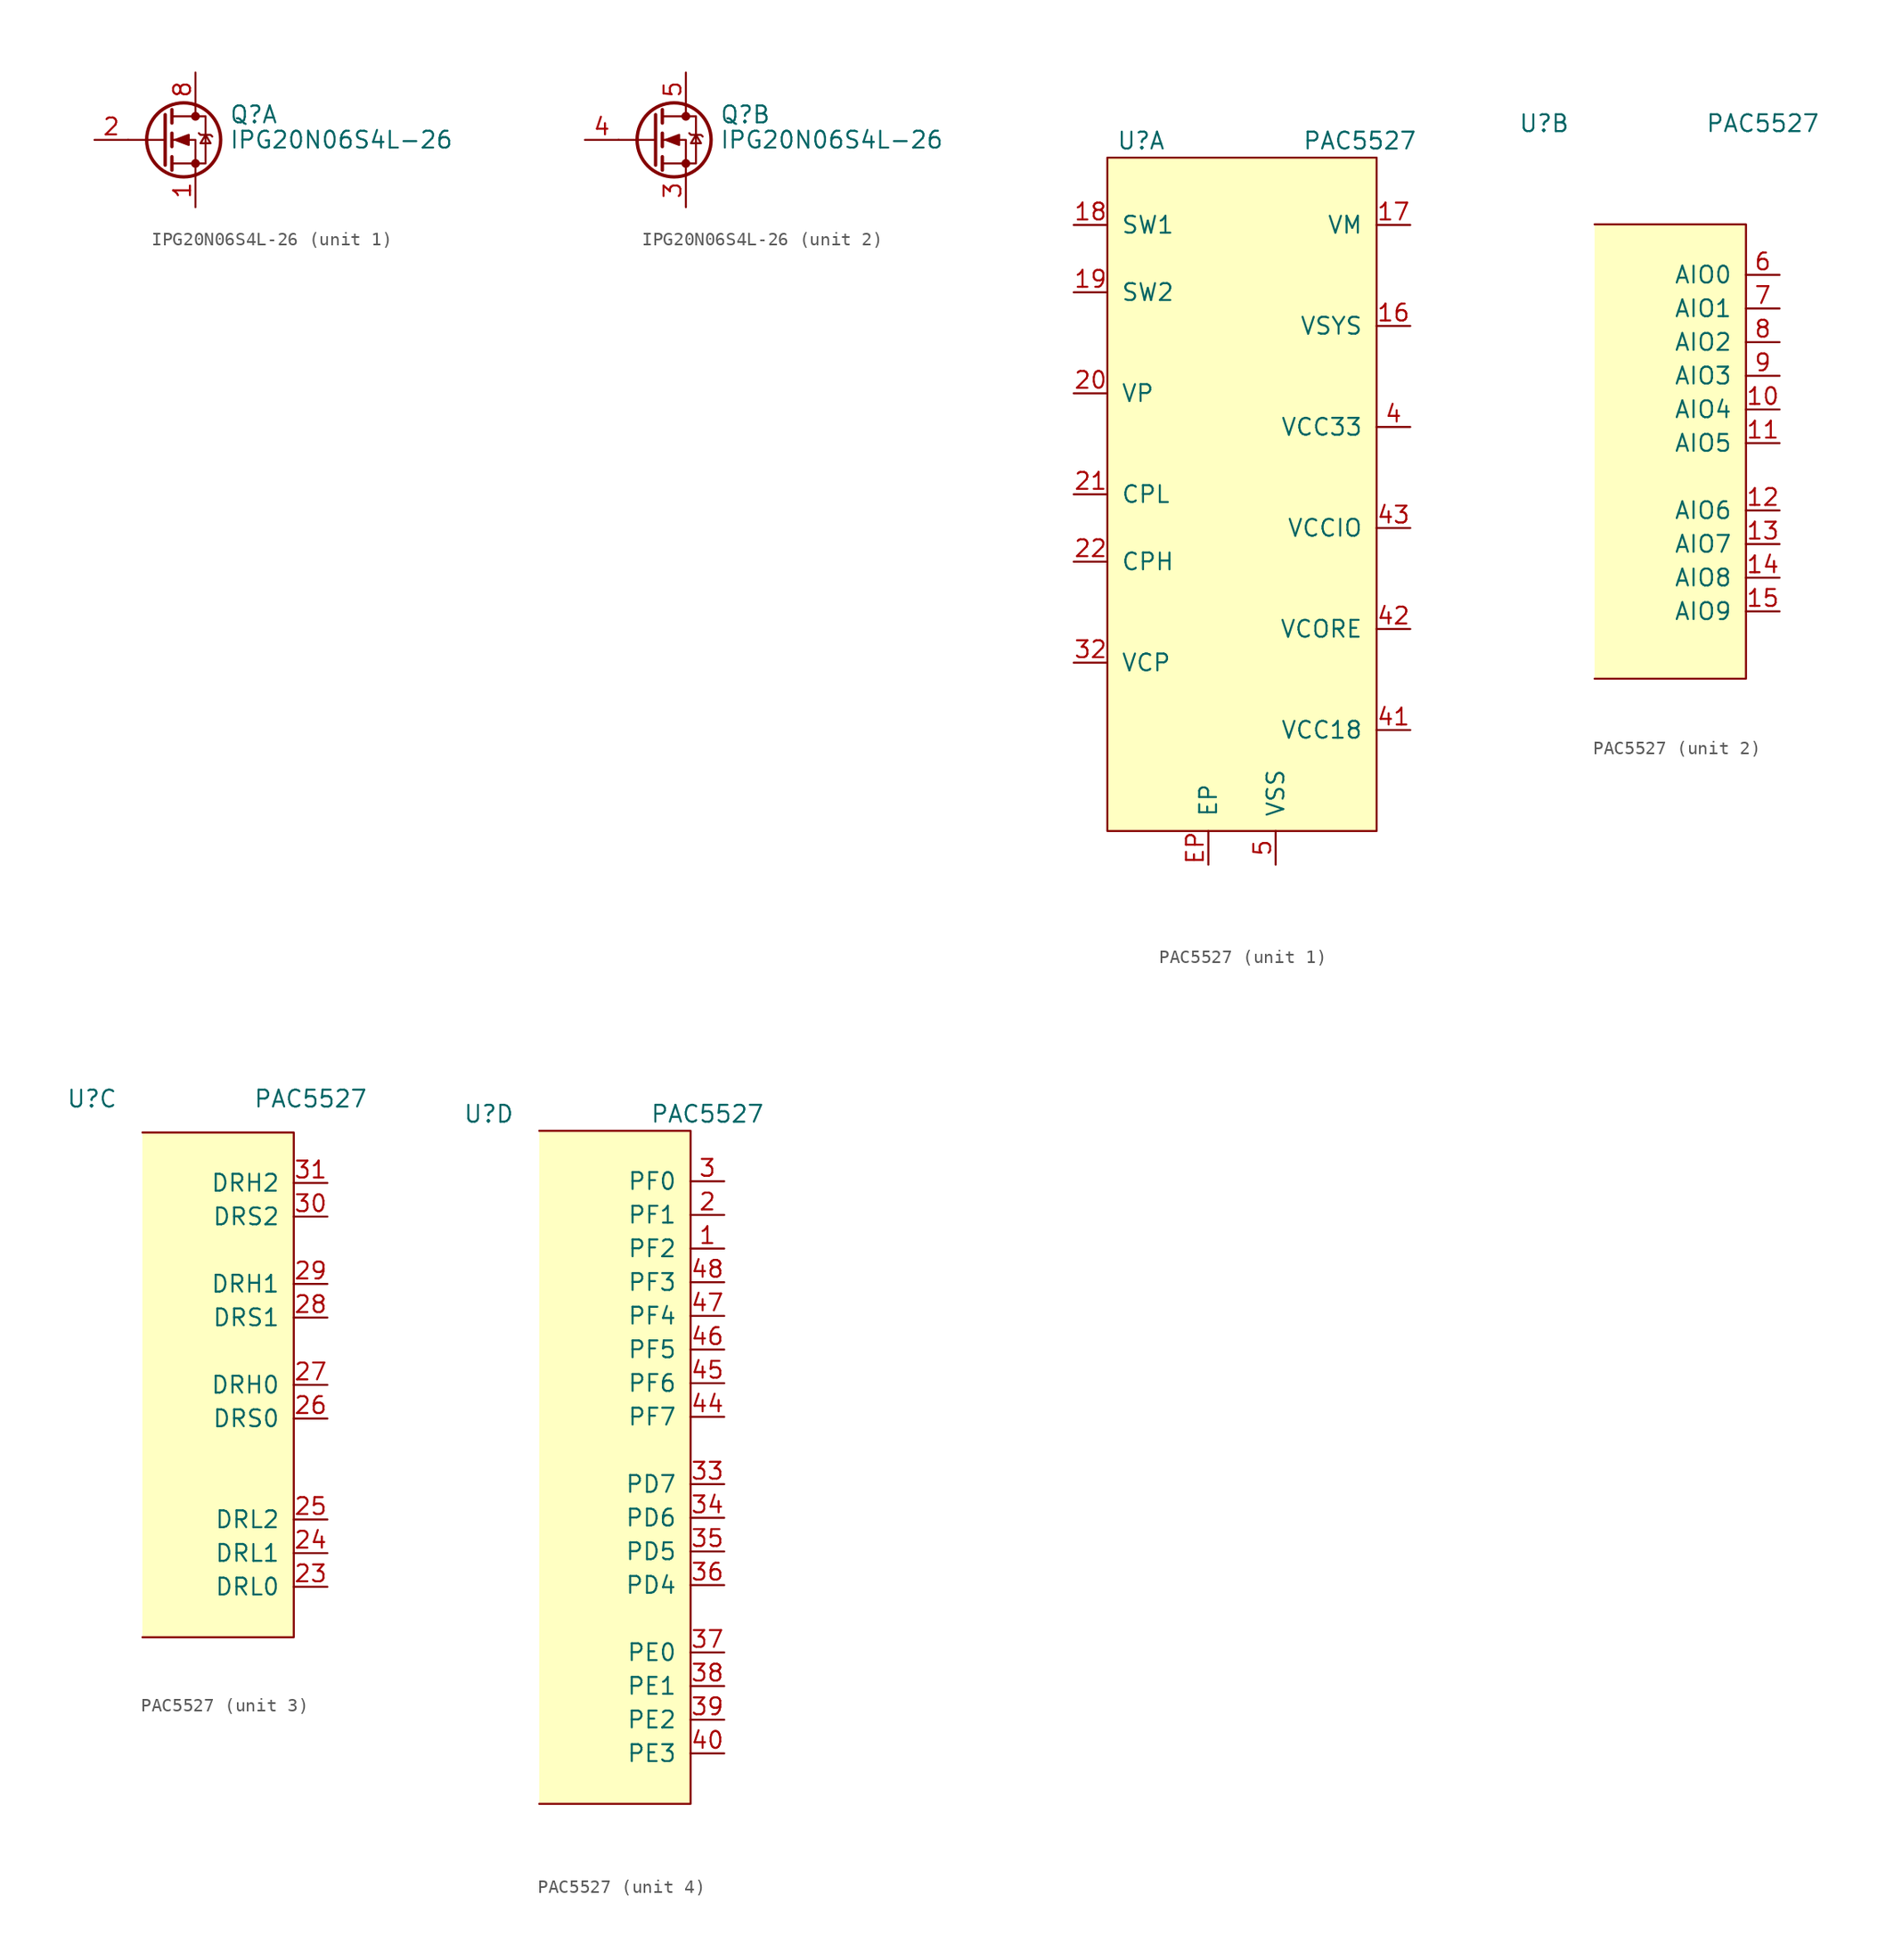
<source format=kicad_sym>
(kicad_symbol_lib
  (version 20211014)
  (generator kicad_symbol_editor)
  (symbol "IPG20N06S4L-26"
    (pin_names hide)
    (property "Reference" "Q"
      (at 5.08 1.905 0)
      (effects (font (size 1.27 1.27)) (justify left)))
    (property "Value" "IPG20N06S4L-26"
      (at 5.08 0 0)
      (effects (font (size 1.27 1.27)) (justify left)))
    (symbol "IPG20N06S4L-26_0_1"
      (polyline (pts (xy 0.254 0) (xy -2.54 0)) (stroke (width 0) (type default) (color 0 0 0 0)) (fill (type none)))
      (polyline (pts (xy 0.254 1.905) (xy 0.254 -1.905)) (stroke (width 0.254) (type default) (color 0 0 0 0)) (fill (type none)))
      (polyline (pts (xy 0.762 -1.27) (xy 0.762 -2.286)) (stroke (width 0.254) (type default) (color 0 0 0 0)) (fill (type none)))
      (polyline (pts (xy 0.762 0.508) (xy 0.762 -0.508)) (stroke (width 0.254) (type default) (color 0 0 0 0)) (fill (type none)))
      (polyline (pts (xy 0.762 2.286) (xy 0.762 1.27)) (stroke (width 0.254) (type default) (color 0 0 0 0)) (fill (type none)))
      (polyline (pts (xy 2.54 2.54) (xy 2.54 1.778)) (stroke (width 0) (type default) (color 0 0 0 0)) (fill (type none)))
      (polyline (pts (xy 2.54 -2.54) (xy 2.54 0) (xy 0.762 0)) (stroke (width 0) (type default) (color 0 0 0 0)) (fill (type none)))
      (polyline (pts (xy 0.762 -1.778) (xy 3.302 -1.778) (xy 3.302 1.778) (xy 0.762 1.778)) (stroke (width 0) (type default) (color 0 0 0 0)) (fill (type none)))
      (polyline (pts (xy 1.016 0) (xy 2.032 0.381) (xy 2.032 -0.381) (xy 1.016 0)) (stroke (width 0) (type default) (color 0 0 0 0)) (fill (type outline)))
      (polyline (pts (xy 2.794 0.508) (xy 2.921 0.381) (xy 3.683 0.381) (xy 3.81 0.254)) (stroke (width 0) (type default) (color 0 0 0 0)) (fill (type none)))
      (polyline (pts (xy 3.302 0.381) (xy 2.921 -0.254) (xy 3.683 -0.254) (xy 3.302 0.381)) (stroke (width 0) (type default) (color 0 0 0 0)) (fill (type none)))
      (circle (center 1.651 0) (radius 2.794) (stroke (width 0.254) (type default) (color 0 0 0 0)) (fill (type none)))
      (circle (center 2.54 -1.778) (radius 0.254) (stroke (width 0) (type default) (color 0 0 0 0)) (fill (type outline)))
      (circle (center 2.54 1.778) (radius 0.254) (stroke (width 0) (type default) (color 0 0 0 0)) (fill (type outline))))
    (symbol "IPG20N06S4L-26_1_1"
      (pin passive line (at 2.54 -5.08 90) (length 2.54) (name "S1" (effects (font (size 1.27 1.27)))) (number "1" (effects (font (size 1.27 1.27)))))
      (pin passive line (at -5.08 0 0) (length 2.54) (name "G1" (effects (font (size 1.27 1.27)))) (number "2" (effects (font (size 1.27 1.27)))))
      (pin passive line (at 2.54 5.08 270) (length 2.54) hide (name "D1" (effects (font (size 1.27 1.27)))) (number "7" (effects (font (size 1.27 1.27)))))
      (pin passive line (at 2.54 5.08 270) (length 2.54) (name "D1" (effects (font (size 1.27 1.27)))) (number "8" (effects (font (size 1.27 1.27))))))
    (symbol "IPG20N06S4L-26_2_1"
      (pin passive line (at 2.54 -5.08 90) (length 2.54) (name "S2" (effects (font (size 1.27 1.27)))) (number "3" (effects (font (size 1.27 1.27)))))
      (pin passive line (at -5.08 0 0) (length 2.54) (name "G2" (effects (font (size 1.27 1.27)))) (number "4" (effects (font (size 1.27 1.27)))))
      (pin passive line (at 2.54 5.08 270) (length 2.54) (name "D2" (effects (font (size 1.27 1.27)))) (number "5" (effects (font (size 1.27 1.27)))))
      (pin passive line (at 2.54 5.08 270) (length 2.54) hide (name "D2" (effects (font (size 1.27 1.27)))) (number "6" (effects (font (size 1.27 1.27)))))))
  (symbol "PAC5527"
    (pin_names
      (offset 1.016))
    (property "Reference" "U"
      (at -7.62 26.67 0)
      (effects (font (size 1.27 1.27))))
    (property "Value" "PAC5527"
      (at 8.89 26.67 0)
      (effects (font (size 1.27 1.27))))
    (property "ki_locked" ""
      (at 0 0 0)
      (effects (font (size 1.27 1.27))))
    (symbol "PAC5527_1_1"
      (rectangle (start -10.16 25.4) (end 10.16 -25.4) (stroke (width 0) (type default) (color 0 0 0 0)) (fill (type background)))
      (pin passive line (at 12.7 12.7 180) (length 2.54) (name "VSYS" (effects (font (size 1.27 1.27)))) (number "16" (effects (font (size 1.27 1.27)))))
      (pin passive line (at 12.7 20.32 180) (length 2.54) (name "VM" (effects (font (size 1.27 1.27)))) (number "17" (effects (font (size 1.27 1.27)))))
      (pin input line (at -12.7 20.32 0) (length 2.54) (name "SW1" (effects (font (size 1.27 1.27)))) (number "18" (effects (font (size 1.27 1.27)))))
      (pin input line (at -12.7 15.24 0) (length 2.54) (name "SW2" (effects (font (size 1.27 1.27)))) (number "19" (effects (font (size 1.27 1.27)))))
      (pin input line (at -12.7 7.62 0) (length 2.54) (name "VP" (effects (font (size 1.27 1.27)))) (number "20" (effects (font (size 1.27 1.27)))))
      (pin input line (at -12.7 0 0) (length 2.54) (name "CPL" (effects (font (size 1.27 1.27)))) (number "21" (effects (font (size 1.27 1.27)))))
      (pin input line (at -12.7 -5.08 0) (length 2.54) (name "CPH" (effects (font (size 1.27 1.27)))) (number "22" (effects (font (size 1.27 1.27)))))
      (pin input line (at -12.7 -12.7 0) (length 2.54) (name "VCP" (effects (font (size 1.27 1.27)))) (number "32" (effects (font (size 1.27 1.27)))))
      (pin passive line (at 12.7 5.08 180) (length 2.54) (name "VCC33" (effects (font (size 1.27 1.27)))) (number "4" (effects (font (size 1.27 1.27)))))
      (pin passive line (at 12.7 -17.78 180) (length 2.54) (name "VCC18" (effects (font (size 1.27 1.27)))) (number "41" (effects (font (size 1.27 1.27)))))
      (pin passive line (at 12.7 -10.16 180) (length 2.54) (name "VCORE" (effects (font (size 1.27 1.27)))) (number "42" (effects (font (size 1.27 1.27)))))
      (pin passive line (at 12.7 -2.54 180) (length 2.54) (name "VCCIO" (effects (font (size 1.27 1.27)))) (number "43" (effects (font (size 1.27 1.27)))))
      (pin passive line (at 2.54 -27.94 90) (length 2.54) (name "VSS" (effects (font (size 1.27 1.27)))) (number "5" (effects (font (size 1.27 1.27)))))
      (pin passive line (at -2.54 -27.94 90) (length 2.54) (name "EP" (effects (font (size 1.27 1.27)))) (number "EP" (effects (font (size 1.27 1.27))))))
    (symbol "PAC5527_2_1"
      (polyline (pts (xy -3.81 19.05) (xy 7.62 19.05) (xy 7.62 -15.24) (xy -3.81 -15.24)) (stroke (width 0) (type default) (color 0 0 0 0)) (fill (type background)))
      (pin passive line (at 10.16 5.08 180) (length 2.54) (name "AIO4" (effects (font (size 1.27 1.27)))) (number "10" (effects (font (size 1.27 1.27)))))
      (pin passive line (at 10.16 2.54 180) (length 2.54) (name "AIO5" (effects (font (size 1.27 1.27)))) (number "11" (effects (font (size 1.27 1.27)))))
      (pin passive line (at 10.16 -2.54 180) (length 2.54) (name "AIO6" (effects (font (size 1.27 1.27)))) (number "12" (effects (font (size 1.27 1.27)))))
      (pin passive line (at 10.16 -5.08 180) (length 2.54) (name "AIO7" (effects (font (size 1.27 1.27)))) (number "13" (effects (font (size 1.27 1.27)))))
      (pin passive line (at 10.16 -7.62 180) (length 2.54) (name "AIO8" (effects (font (size 1.27 1.27)))) (number "14" (effects (font (size 1.27 1.27)))))
      (pin passive line (at 10.16 -10.16 180) (length 2.54) (name "AIO9" (effects (font (size 1.27 1.27)))) (number "15" (effects (font (size 1.27 1.27)))))
      (pin passive line (at 10.16 15.24 180) (length 2.54) (name "AIO0" (effects (font (size 1.27 1.27)))) (number "6" (effects (font (size 1.27 1.27)))))
      (pin passive line (at 10.16 12.7 180) (length 2.54) (name "AIO1" (effects (font (size 1.27 1.27)))) (number "7" (effects (font (size 1.27 1.27)))))
      (pin passive line (at 10.16 10.16 180) (length 2.54) (name "AIO2" (effects (font (size 1.27 1.27)))) (number "8" (effects (font (size 1.27 1.27)))))
      (pin passive line (at 10.16 7.62 180) (length 2.54) (name "AIO3" (effects (font (size 1.27 1.27)))) (number "9" (effects (font (size 1.27 1.27))))))
    (symbol "PAC5527_3_1"
      (polyline (pts (xy -3.81 24.13) (xy 7.62 24.13) (xy 7.62 -13.97) (xy -3.81 -13.97)) (stroke (width 0) (type default) (color 0 0 0 0)) (fill (type background)))
      (pin passive line (at 10.16 -10.16 180) (length 2.54) (name "DRL0" (effects (font (size 1.27 1.27)))) (number "23" (effects (font (size 1.27 1.27)))))
      (pin passive line (at 10.16 -7.62 180) (length 2.54) (name "DRL1" (effects (font (size 1.27 1.27)))) (number "24" (effects (font (size 1.27 1.27)))))
      (pin passive line (at 10.16 -5.08 180) (length 2.54) (name "DRL2" (effects (font (size 1.27 1.27)))) (number "25" (effects (font (size 1.27 1.27)))))
      (pin passive line (at 10.16 2.54 180) (length 2.54) (name "DRS0" (effects (font (size 1.27 1.27)))) (number "26" (effects (font (size 1.27 1.27)))))
      (pin passive line (at 10.16 5.08 180) (length 2.54) (name "DRH0" (effects (font (size 1.27 1.27)))) (number "27" (effects (font (size 1.27 1.27)))))
      (pin passive line (at 10.16 10.16 180) (length 2.54) (name "DRS1" (effects (font (size 1.27 1.27)))) (number "28" (effects (font (size 1.27 1.27)))))
      (pin passive line (at 10.16 12.7 180) (length 2.54) (name "DRH1" (effects (font (size 1.27 1.27)))) (number "29" (effects (font (size 1.27 1.27)))))
      (pin passive line (at 10.16 17.78 180) (length 2.54) (name "DRS2" (effects (font (size 1.27 1.27)))) (number "30" (effects (font (size 1.27 1.27)))))
      (pin passive line (at 10.16 20.32 180) (length 2.54) (name "DRH2" (effects (font (size 1.27 1.27)))) (number "31" (effects (font (size 1.27 1.27))))))
    (symbol "PAC5527_4_1"
      (polyline (pts (xy -3.81 25.4) (xy 7.62 25.4) (xy 7.62 -25.4) (xy -3.81 -25.4)) (stroke (width 0) (type default) (color 0 0 0 0)) (fill (type background)))
      (pin passive line (at 10.16 16.51 180) (length 2.54) (name "PF2" (effects (font (size 1.27 1.27)))) (number "1" (effects (font (size 1.27 1.27)))))
      (pin passive line (at 10.16 19.05 180) (length 2.54) (name "PF1" (effects (font (size 1.27 1.27)))) (number "2" (effects (font (size 1.27 1.27)))))
      (pin passive line (at 10.16 21.59 180) (length 2.54) (name "PF0" (effects (font (size 1.27 1.27)))) (number "3" (effects (font (size 1.27 1.27)))))
      (pin passive line (at 10.16 -1.27 180) (length 2.54) (name "PD7" (effects (font (size 1.27 1.27)))) (number "33" (effects (font (size 1.27 1.27)))))
      (pin passive line (at 10.16 -3.81 180) (length 2.54) (name "PD6" (effects (font (size 1.27 1.27)))) (number "34" (effects (font (size 1.27 1.27)))))
      (pin passive line (at 10.16 -6.35 180) (length 2.54) (name "PD5" (effects (font (size 1.27 1.27)))) (number "35" (effects (font (size 1.27 1.27)))))
      (pin passive line (at 10.16 -8.89 180) (length 2.54) (name "PD4" (effects (font (size 1.27 1.27)))) (number "36" (effects (font (size 1.27 1.27)))))
      (pin passive line (at 10.16 -13.97 180) (length 2.54) (name "PE0" (effects (font (size 1.27 1.27)))) (number "37" (effects (font (size 1.27 1.27)))))
      (pin passive line (at 10.16 -16.51 180) (length 2.54) (name "PE1" (effects (font (size 1.27 1.27)))) (number "38" (effects (font (size 1.27 1.27)))))
      (pin passive line (at 10.16 -19.05 180) (length 2.54) (name "PE2" (effects (font (size 1.27 1.27)))) (number "39" (effects (font (size 1.27 1.27)))))
      (pin passive line (at 10.16 -21.59 180) (length 2.54) (name "PE3" (effects (font (size 1.27 1.27)))) (number "40" (effects (font (size 1.27 1.27)))))
      (pin passive line (at 10.16 3.81 180) (length 2.54) (name "PF7" (effects (font (size 1.27 1.27)))) (number "44" (effects (font (size 1.27 1.27)))))
      (pin passive line (at 10.16 6.35 180) (length 2.54) (name "PF6" (effects (font (size 1.27 1.27)))) (number "45" (effects (font (size 1.27 1.27)))))
      (pin passive line (at 10.16 8.89 180) (length 2.54) (name "PF5" (effects (font (size 1.27 1.27)))) (number "46" (effects (font (size 1.27 1.27)))))
      (pin passive line (at 10.16 11.43 180) (length 2.54) (name "PF4" (effects (font (size 1.27 1.27)))) (number "47" (effects (font (size 1.27 1.27)))))
      (pin passive line (at 10.16 13.97 180) (length 2.54) (name "PF3" (effects (font (size 1.27 1.27)))) (number "48" (effects (font (size 1.27 1.27))))))))
</source>
